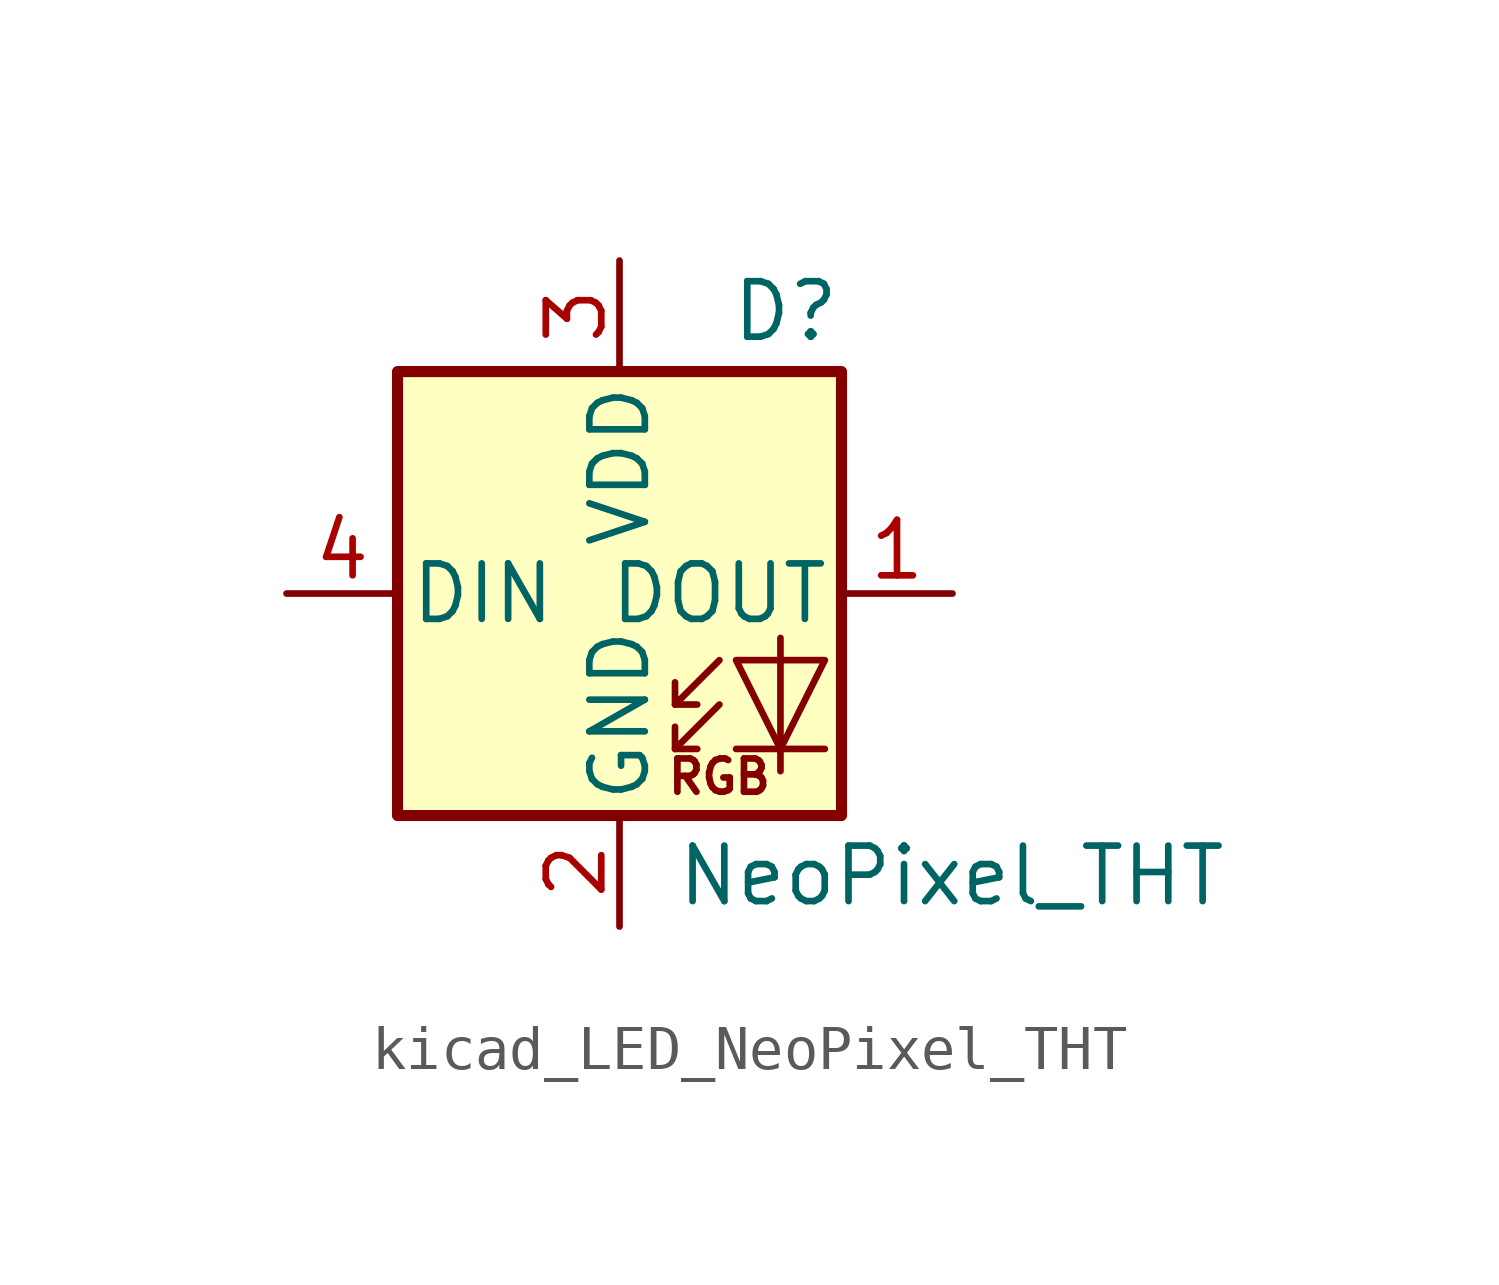
<source format=kicad_sym>
(kicad_symbol_lib
  (version 20220914)
  (generator kicad_symbol_editor)
  (symbol "kicad_LED_NeoPixel_THT"
    (pin_names
      (offset 0.254))
    (property "Reference" "D"
      (at 5.08 5.715 0)
      (effects (font (size 1.27 1.27)) (justify right bottom)))
    (property "Value" "NeoPixel_THT"
      (at 1.27 -5.715 0)
      (effects (font (size 1.27 1.27)) (justify left top)))
    (symbol "kicad_LED_NeoPixel_THT_0_0"
      (text "RGB" (at 2.286 -4.191 0) (effects (font (size 0.762 0.762)))))
    (symbol "kicad_LED_NeoPixel_THT_0_1"
      (polyline (pts (xy 1.27 -3.556) (xy 1.778 -3.556)) (stroke (width 0) (type default)) (fill (type none)))
      (polyline (pts (xy 1.27 -2.54) (xy 1.778 -2.54)) (stroke (width 0) (type default)) (fill (type none)))
      (polyline (pts (xy 4.699 -3.556) (xy 2.667 -3.556)) (stroke (width 0) (type default)) (fill (type none)))
      (polyline (pts (xy 2.286 -2.54) (xy 1.27 -3.556) (xy 1.27 -3.048)) (stroke (width 0) (type default)) (fill (type none)))
      (polyline (pts (xy 2.286 -1.524) (xy 1.27 -2.54) (xy 1.27 -2.032)) (stroke (width 0) (type default)) (fill (type none)))
      (polyline (pts (xy 3.683 -1.016) (xy 3.683 -3.556) (xy 3.683 -4.064)) (stroke (width 0) (type default)) (fill (type none)))
      (polyline (pts (xy 4.699 -1.524) (xy 2.667 -1.524) (xy 3.683 -3.556) (xy 4.699 -1.524)) (stroke (width 0) (type default)) (fill (type none)))
      (rectangle (start 5.08 5.08) (end -5.08 -5.08) (stroke (width 0.254) (type default)) (fill (type background))))
    (symbol "kicad_LED_NeoPixel_THT_1_1"
      (pin output line (at 7.62 0 180) (length 2.54) (name "DOUT" (effects (font (size 1.27 1.27)))) (number "1" (effects (font (size 1.27 1.27)))))
      (pin power_in line (at 0 -7.62 90) (length 2.54) (name "GND" (effects (font (size 1.27 1.27)))) (number "2" (effects (font (size 1.27 1.27)))))
      (pin power_in line (at 0 7.62 270) (length 2.54) (name "VDD" (effects (font (size 1.27 1.27)))) (number "3" (effects (font (size 1.27 1.27)))))
      (pin input line (at -7.62 0 0) (length 2.54) (name "DIN" (effects (font (size 1.27 1.27)))) (number "4" (effects (font (size 1.27 1.27))))))))
</source>
